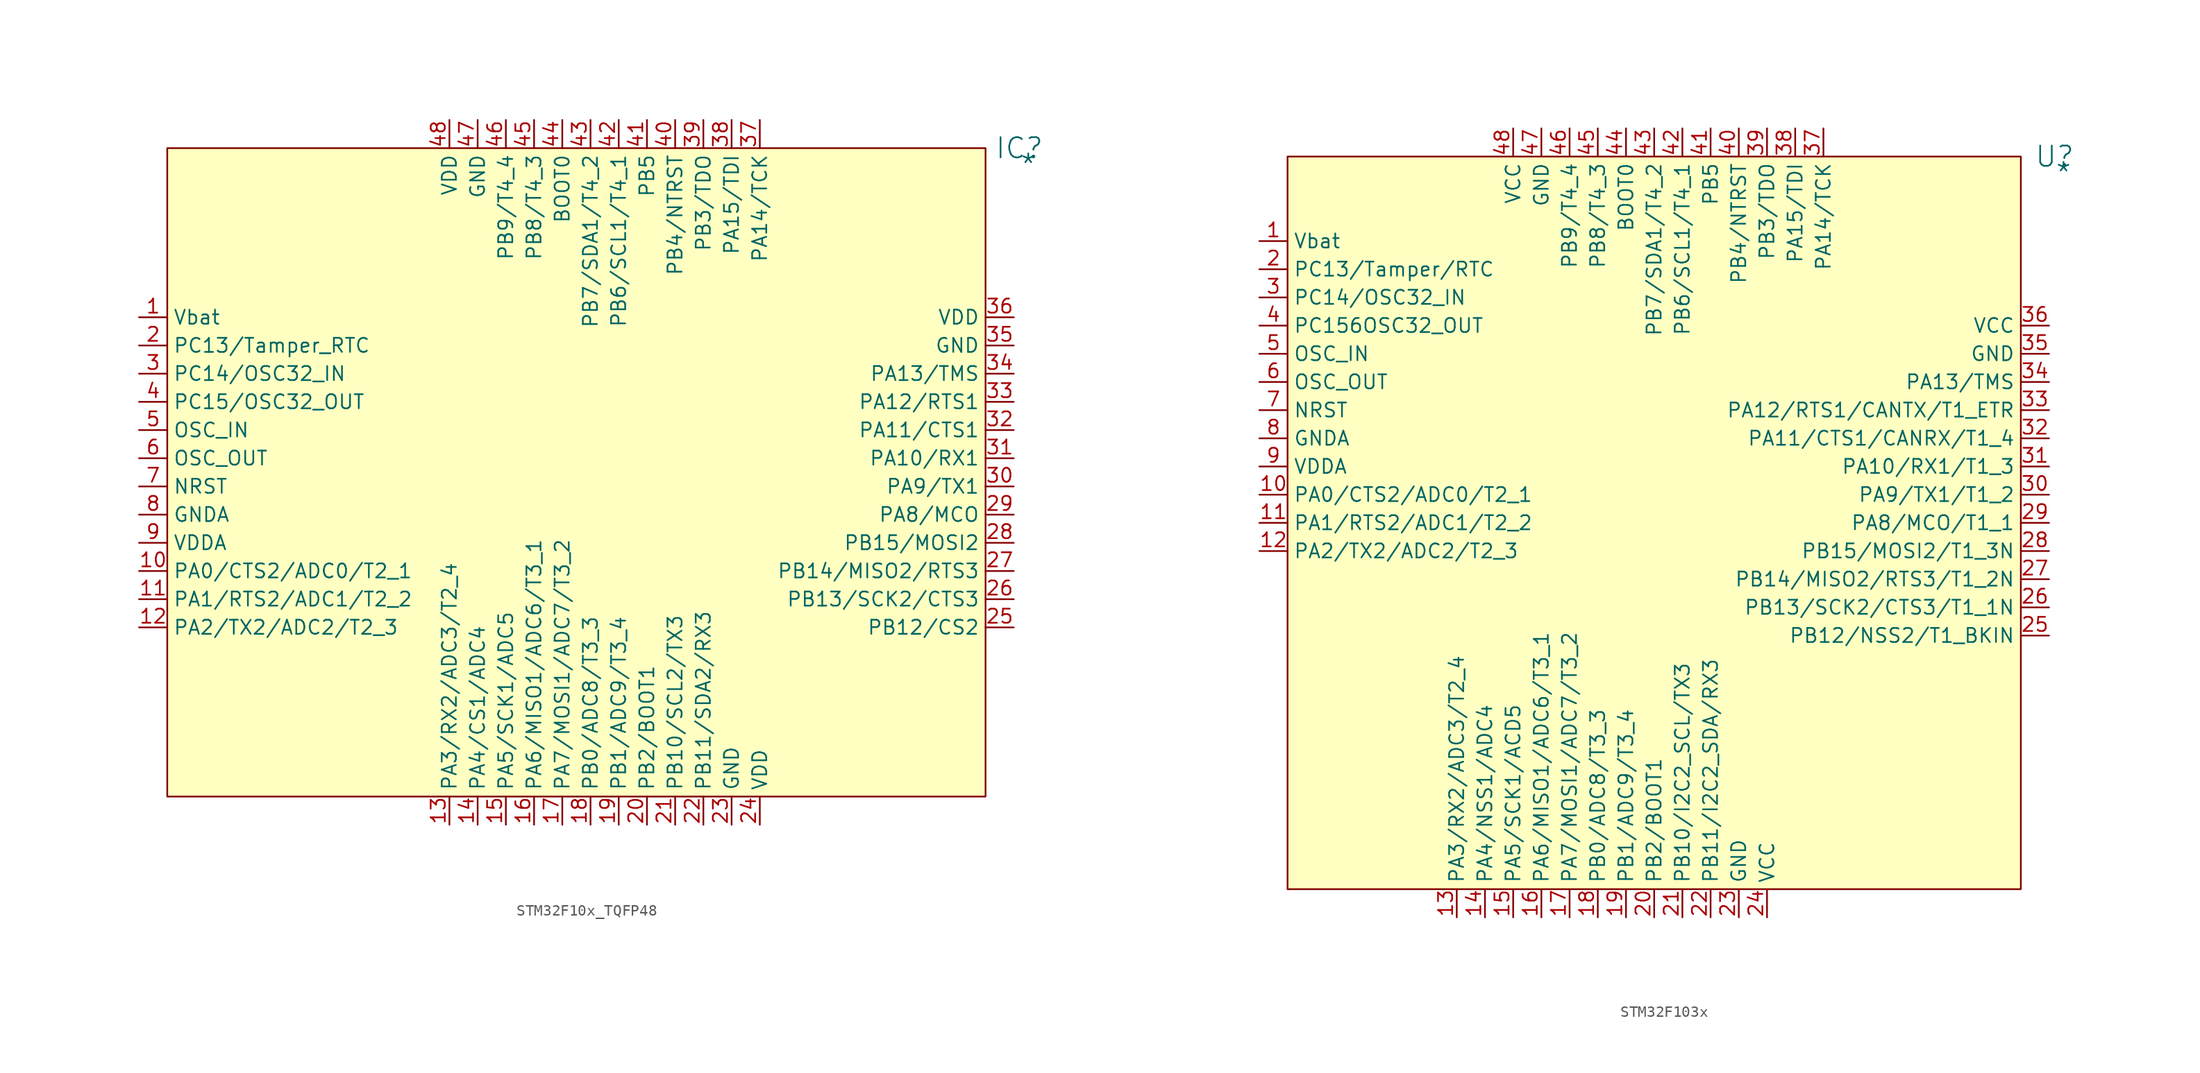
<source format=kicad_sym>
(kicad_symbol_lib
  (version 20241209)
  (generator "kicad_symbol_editor")
  (generator_version "9.0")
  (symbol "STM32F10x_TQFP48"
    (property "Reference" "IC"
      (at 76.708 0 0)
      (effects (font (size 1.829 1.829))))
    (property "Value" "*"
      (at 76.708 -2.54 0)
      (effects (font (size 1.829 1.829)) (justify left bottom)))
    (symbol "STM32F10x_TQFP48_1_0"
      (rectangle (start 73.66 0) (end 0 -58.42) (stroke (width 0) (type solid) (color 128 0 0 1)) (fill (type background)))
      (pin passive line (at -2.54 -15.24 0) (length 2.54) (name "Vbat" (effects (font (size 1.27 1.27)))) (number "1" (effects (font (size 1.27 1.27)))))
      (pin passive line (at -2.54 -17.78 0) (length 2.54) (name "PC13/Tamper_RTC" (effects (font (size 1.27 1.27)))) (number "2" (effects (font (size 1.27 1.27)))))
      (pin passive line (at -2.54 -20.32 0) (length 2.54) (name "PC14/OSC32_IN" (effects (font (size 1.27 1.27)))) (number "3" (effects (font (size 1.27 1.27)))))
      (pin passive line (at -2.54 -22.86 0) (length 2.54) (name "PC15/OSC32_OUT" (effects (font (size 1.27 1.27)))) (number "4" (effects (font (size 1.27 1.27)))))
      (pin passive line (at -2.54 -25.4 0) (length 2.54) (name "OSC_IN" (effects (font (size 1.27 1.27)))) (number "5" (effects (font (size 1.27 1.27)))))
      (pin passive line (at -2.54 -27.94 0) (length 2.54) (name "OSC_OUT" (effects (font (size 1.27 1.27)))) (number "6" (effects (font (size 1.27 1.27)))))
      (pin passive line (at -2.54 -30.48 0) (length 2.54) (name "NRST" (effects (font (size 1.27 1.27)))) (number "7" (effects (font (size 1.27 1.27)))))
      (pin passive line (at -2.54 -33.02 0) (length 2.54) (name "GNDA" (effects (font (size 1.27 1.27)))) (number "8" (effects (font (size 1.27 1.27)))))
      (pin passive line (at -2.54 -35.56 0) (length 2.54) (name "VDDA" (effects (font (size 1.27 1.27)))) (number "9" (effects (font (size 1.27 1.27)))))
      (pin passive line (at -2.54 -38.1 0) (length 2.54) (name "PA0/CTS2/ADC0/T2_1" (effects (font (size 1.27 1.27)))) (number "10" (effects (font (size 1.27 1.27)))))
      (pin passive line (at -2.54 -40.64 0) (length 2.54) (name "PA1/RTS2/ADC1/T2_2" (effects (font (size 1.27 1.27)))) (number "11" (effects (font (size 1.27 1.27)))))
      (pin passive line (at -2.54 -43.18 0) (length 2.54) (name "PA2/TX2/ADC2/T2_3" (effects (font (size 1.27 1.27)))) (number "12" (effects (font (size 1.27 1.27)))))
      (pin passive line (at 25.4 2.54 270) (length 2.54) (name "VDD" (effects (font (size 1.27 1.27)))) (number "48" (effects (font (size 1.27 1.27)))))
      (pin passive line (at 25.4 -60.96 90) (length 2.54) (name "PA3/RX2/ADC3/T2_4" (effects (font (size 1.27 1.27)))) (number "13" (effects (font (size 1.27 1.27)))))
      (pin passive line (at 27.94 2.54 270) (length 2.54) (name "GND" (effects (font (size 1.27 1.27)))) (number "47" (effects (font (size 1.27 1.27)))))
      (pin passive line (at 27.94 -60.96 90) (length 2.54) (name "PA4/CS1/ADC4" (effects (font (size 1.27 1.27)))) (number "14" (effects (font (size 1.27 1.27)))))
      (pin passive line (at 30.48 2.54 270) (length 2.54) (name "PB9/T4_4" (effects (font (size 1.27 1.27)))) (number "46" (effects (font (size 1.27 1.27)))))
      (pin passive line (at 30.48 -60.96 90) (length 2.54) (name "PA5/SCK1/ADC5" (effects (font (size 1.27 1.27)))) (number "15" (effects (font (size 1.27 1.27)))))
      (pin passive line (at 33.02 2.54 270) (length 2.54) (name "PB8/T4_3" (effects (font (size 1.27 1.27)))) (number "45" (effects (font (size 1.27 1.27)))))
      (pin passive line (at 33.02 -60.96 90) (length 2.54) (name "PA6/MISO1/ADC6/T3_1" (effects (font (size 1.27 1.27)))) (number "16" (effects (font (size 1.27 1.27)))))
      (pin passive line (at 35.56 2.54 270) (length 2.54) (name "BOOT0" (effects (font (size 1.27 1.27)))) (number "44" (effects (font (size 1.27 1.27)))))
      (pin passive line (at 35.56 -60.96 90) (length 2.54) (name "PA7/MOSI1/ADC7/T3_2" (effects (font (size 1.27 1.27)))) (number "17" (effects (font (size 1.27 1.27)))))
      (pin passive line (at 38.1 2.54 270) (length 2.54) (name "PB7/SDA1/T4_2" (effects (font (size 1.27 1.27)))) (number "43" (effects (font (size 1.27 1.27)))))
      (pin passive line (at 38.1 -60.96 90) (length 2.54) (name "PB0/ADC8/T3_3" (effects (font (size 1.27 1.27)))) (number "18" (effects (font (size 1.27 1.27)))))
      (pin passive line (at 40.64 2.54 270) (length 2.54) (name "PB6/SCL1/T4_1" (effects (font (size 1.27 1.27)))) (number "42" (effects (font (size 1.27 1.27)))))
      (pin passive line (at 40.64 -60.96 90) (length 2.54) (name "PB1/ADC9/T3_4" (effects (font (size 1.27 1.27)))) (number "19" (effects (font (size 1.27 1.27)))))
      (pin passive line (at 43.18 2.54 270) (length 2.54) (name "PB5" (effects (font (size 1.27 1.27)))) (number "41" (effects (font (size 1.27 1.27)))))
      (pin passive line (at 43.18 -60.96 90) (length 2.54) (name "PB2/BOOT1" (effects (font (size 1.27 1.27)))) (number "20" (effects (font (size 1.27 1.27)))))
      (pin passive line (at 45.72 2.54 270) (length 2.54) (name "PB4/NTRST" (effects (font (size 1.27 1.27)))) (number "40" (effects (font (size 1.27 1.27)))))
      (pin passive line (at 45.72 -60.96 90) (length 2.54) (name "PB10/SCL2/TX3" (effects (font (size 1.27 1.27)))) (number "21" (effects (font (size 1.27 1.27)))))
      (pin passive line (at 48.26 2.54 270) (length 2.54) (name "PB3/TDO" (effects (font (size 1.27 1.27)))) (number "39" (effects (font (size 1.27 1.27)))))
      (pin passive line (at 48.26 -60.96 90) (length 2.54) (name "PB11/SDA2/RX3" (effects (font (size 1.27 1.27)))) (number "22" (effects (font (size 1.27 1.27)))))
      (pin passive line (at 50.8 2.54 270) (length 2.54) (name "PA15/TDI" (effects (font (size 1.27 1.27)))) (number "38" (effects (font (size 1.27 1.27)))))
      (pin passive line (at 50.8 -60.96 90) (length 2.54) (name "GND" (effects (font (size 1.27 1.27)))) (number "23" (effects (font (size 1.27 1.27)))))
      (pin passive line (at 53.34 2.54 270) (length 2.54) (name "PA14/TCK" (effects (font (size 1.27 1.27)))) (number "37" (effects (font (size 1.27 1.27)))))
      (pin passive line (at 53.34 -60.96 90) (length 2.54) (name "VDD" (effects (font (size 1.27 1.27)))) (number "24" (effects (font (size 1.27 1.27)))))
      (pin passive line (at 76.2 -15.24 180) (length 2.54) (name "VDD" (effects (font (size 1.27 1.27)))) (number "36" (effects (font (size 1.27 1.27)))))
      (pin passive line (at 76.2 -17.78 180) (length 2.54) (name "GND" (effects (font (size 1.27 1.27)))) (number "35" (effects (font (size 1.27 1.27)))))
      (pin passive line (at 76.2 -20.32 180) (length 2.54) (name "PA13/TMS" (effects (font (size 1.27 1.27)))) (number "34" (effects (font (size 1.27 1.27)))))
      (pin passive line (at 76.2 -22.86 180) (length 2.54) (name "PA12/RTS1" (effects (font (size 1.27 1.27)))) (number "33" (effects (font (size 1.27 1.27)))))
      (pin passive line (at 76.2 -25.4 180) (length 2.54) (name "PA11/CTS1" (effects (font (size 1.27 1.27)))) (number "32" (effects (font (size 1.27 1.27)))))
      (pin passive line (at 76.2 -27.94 180) (length 2.54) (name "PA10/RX1" (effects (font (size 1.27 1.27)))) (number "31" (effects (font (size 1.27 1.27)))))
      (pin passive line (at 76.2 -30.48 180) (length 2.54) (name "PA9/TX1" (effects (font (size 1.27 1.27)))) (number "30" (effects (font (size 1.27 1.27)))))
      (pin passive line (at 76.2 -33.02 180) (length 2.54) (name "PA8/MCO" (effects (font (size 1.27 1.27)))) (number "29" (effects (font (size 1.27 1.27)))))
      (pin passive line (at 76.2 -35.56 180) (length 2.54) (name "PB15/MOSI2" (effects (font (size 1.27 1.27)))) (number "28" (effects (font (size 1.27 1.27)))))
      (pin passive line (at 76.2 -38.1 180) (length 2.54) (name "PB14/MISO2/RTS3" (effects (font (size 1.27 1.27)))) (number "27" (effects (font (size 1.27 1.27)))))
      (pin passive line (at 76.2 -40.64 180) (length 2.54) (name "PB13/SCK2/CTS3" (effects (font (size 1.27 1.27)))) (number "26" (effects (font (size 1.27 1.27)))))
      (pin passive line (at 76.2 -43.18 180) (length 2.54) (name "PB12/CS2" (effects (font (size 1.27 1.27)))) (number "25" (effects (font (size 1.27 1.27)))))))
  (symbol "STM32F103x"
    (property "Reference" "U"
      (at 69.088 0 0)
      (effects (font (size 1.829 1.829))))
    (property "Value" "*"
      (at 69.088 -2.54 0)
      (effects (font (size 1.829 1.829)) (justify left bottom)))
    (symbol "STM32F103x_1_0"
      (rectangle (start 66.04 0) (end 0 -66.04) (stroke (width 0) (type solid) (color 128 0 0 1)) (fill (type background)))
      (pin passive line (at -2.54 -7.62 0) (length 2.54) (name "Vbat" (effects (font (size 1.27 1.27)))) (number "1" (effects (font (size 1.27 1.27)))))
      (pin passive line (at -2.54 -10.16 0) (length 2.54) (name "PC13/Tamper/RTC" (effects (font (size 1.27 1.27)))) (number "2" (effects (font (size 1.27 1.27)))))
      (pin passive line (at -2.54 -12.7 0) (length 2.54) (name "PC14/OSC32_IN" (effects (font (size 1.27 1.27)))) (number "3" (effects (font (size 1.27 1.27)))))
      (pin passive line (at -2.54 -15.24 0) (length 2.54) (name "PC156OSC32_OUT" (effects (font (size 1.27 1.27)))) (number "4" (effects (font (size 1.27 1.27)))))
      (pin passive line (at -2.54 -17.78 0) (length 2.54) (name "OSC_IN" (effects (font (size 1.27 1.27)))) (number "5" (effects (font (size 1.27 1.27)))))
      (pin passive line (at -2.54 -20.32 0) (length 2.54) (name "OSC_OUT" (effects (font (size 1.27 1.27)))) (number "6" (effects (font (size 1.27 1.27)))))
      (pin passive line (at -2.54 -22.86 0) (length 2.54) (name "NRST" (effects (font (size 1.27 1.27)))) (number "7" (effects (font (size 1.27 1.27)))))
      (pin passive line (at -2.54 -25.4 0) (length 2.54) (name "GNDA" (effects (font (size 1.27 1.27)))) (number "8" (effects (font (size 1.27 1.27)))))
      (pin passive line (at -2.54 -27.94 0) (length 2.54) (name "VDDA" (effects (font (size 1.27 1.27)))) (number "9" (effects (font (size 1.27 1.27)))))
      (pin passive line (at -2.54 -30.48 0) (length 2.54) (name "PA0/CTS2/ADC0/T2_1" (effects (font (size 1.27 1.27)))) (number "10" (effects (font (size 1.27 1.27)))))
      (pin passive line (at -2.54 -33.02 0) (length 2.54) (name "PA1/RTS2/ADC1/T2_2" (effects (font (size 1.27 1.27)))) (number "11" (effects (font (size 1.27 1.27)))))
      (pin passive line (at -2.54 -35.56 0) (length 2.54) (name "PA2/TX2/ADC2/T2_3" (effects (font (size 1.27 1.27)))) (number "12" (effects (font (size 1.27 1.27)))))
      (pin passive line (at 15.24 -68.58 90) (length 2.54) (name "PA3/RX2/ADC3/T2_4" (effects (font (size 1.27 1.27)))) (number "13" (effects (font (size 1.27 1.27)))))
      (pin passive line (at 17.78 -68.58 90) (length 2.54) (name "PA4/NSS1/ADC4" (effects (font (size 1.27 1.27)))) (number "14" (effects (font (size 1.27 1.27)))))
      (pin passive line (at 20.32 2.54 270) (length 2.54) (name "VCC" (effects (font (size 1.27 1.27)))) (number "48" (effects (font (size 1.27 1.27)))))
      (pin passive line (at 20.32 -68.58 90) (length 2.54) (name "PA5/SCK1/ACD5" (effects (font (size 1.27 1.27)))) (number "15" (effects (font (size 1.27 1.27)))))
      (pin passive line (at 22.86 2.54 270) (length 2.54) (name "GND" (effects (font (size 1.27 1.27)))) (number "47" (effects (font (size 1.27 1.27)))))
      (pin passive line (at 22.86 -68.58 90) (length 2.54) (name "PA6/MISO1/ADC6/T3_1" (effects (font (size 1.27 1.27)))) (number "16" (effects (font (size 1.27 1.27)))))
      (pin passive line (at 25.4 2.54 270) (length 2.54) (name "PB9/T4_4" (effects (font (size 1.27 1.27)))) (number "46" (effects (font (size 1.27 1.27)))))
      (pin passive line (at 25.4 -68.58 90) (length 2.54) (name "PA7/MOSI1/ADC7/T3_2" (effects (font (size 1.27 1.27)))) (number "17" (effects (font (size 1.27 1.27)))))
      (pin passive line (at 27.94 2.54 270) (length 2.54) (name "PB8/T4_3" (effects (font (size 1.27 1.27)))) (number "45" (effects (font (size 1.27 1.27)))))
      (pin passive line (at 27.94 -68.58 90) (length 2.54) (name "PB0/ADC8/T3_3" (effects (font (size 1.27 1.27)))) (number "18" (effects (font (size 1.27 1.27)))))
      (pin passive line (at 30.48 2.54 270) (length 2.54) (name "BOOT0" (effects (font (size 1.27 1.27)))) (number "44" (effects (font (size 1.27 1.27)))))
      (pin passive line (at 30.48 -68.58 90) (length 2.54) (name "PB1/ADC9/T3_4" (effects (font (size 1.27 1.27)))) (number "19" (effects (font (size 1.27 1.27)))))
      (pin passive line (at 33.02 2.54 270) (length 2.54) (name "PB7/SDA1/T4_2" (effects (font (size 1.27 1.27)))) (number "43" (effects (font (size 1.27 1.27)))))
      (pin passive line (at 33.02 -68.58 90) (length 2.54) (name "PB2/BOOT1" (effects (font (size 1.27 1.27)))) (number "20" (effects (font (size 1.27 1.27)))))
      (pin passive line (at 35.56 2.54 270) (length 2.54) (name "PB6/SCL1/T4_1" (effects (font (size 1.27 1.27)))) (number "42" (effects (font (size 1.27 1.27)))))
      (pin passive line (at 35.56 -68.58 90) (length 2.54) (name "PB10/I2C2_SCL/TX3" (effects (font (size 1.27 1.27)))) (number "21" (effects (font (size 1.27 1.27)))))
      (pin passive line (at 38.1 2.54 270) (length 2.54) (name "PB5" (effects (font (size 1.27 1.27)))) (number "41" (effects (font (size 1.27 1.27)))))
      (pin passive line (at 38.1 -68.58 90) (length 2.54) (name "PB11/I2C2_SDA/RX3" (effects (font (size 1.27 1.27)))) (number "22" (effects (font (size 1.27 1.27)))))
      (pin passive line (at 40.64 2.54 270) (length 2.54) (name "PB4/NTRST" (effects (font (size 1.27 1.27)))) (number "40" (effects (font (size 1.27 1.27)))))
      (pin passive line (at 40.64 -68.58 90) (length 2.54) (name "GND" (effects (font (size 1.27 1.27)))) (number "23" (effects (font (size 1.27 1.27)))))
      (pin passive line (at 43.18 2.54 270) (length 2.54) (name "PB3/TDO" (effects (font (size 1.27 1.27)))) (number "39" (effects (font (size 1.27 1.27)))))
      (pin passive line (at 43.18 -68.58 90) (length 2.54) (name "VCC" (effects (font (size 1.27 1.27)))) (number "24" (effects (font (size 1.27 1.27)))))
      (pin passive line (at 45.72 2.54 270) (length 2.54) (name "PA15/TDI" (effects (font (size 1.27 1.27)))) (number "38" (effects (font (size 1.27 1.27)))))
      (pin passive line (at 48.26 2.54 270) (length 2.54) (name "PA14/TCK" (effects (font (size 1.27 1.27)))) (number "37" (effects (font (size 1.27 1.27)))))
      (pin passive line (at 68.58 -15.24 180) (length 2.54) (name "VCC" (effects (font (size 1.27 1.27)))) (number "36" (effects (font (size 1.27 1.27)))))
      (pin passive line (at 68.58 -17.78 180) (length 2.54) (name "GND" (effects (font (size 1.27 1.27)))) (number "35" (effects (font (size 1.27 1.27)))))
      (pin passive line (at 68.58 -20.32 180) (length 2.54) (name "PA13/TMS" (effects (font (size 1.27 1.27)))) (number "34" (effects (font (size 1.27 1.27)))))
      (pin passive line (at 68.58 -22.86 180) (length 2.54) (name "PA12/RTS1/CANTX/T1_ETR" (effects (font (size 1.27 1.27)))) (number "33" (effects (font (size 1.27 1.27)))))
      (pin passive line (at 68.58 -25.4 180) (length 2.54) (name "PA11/CTS1/CANRX/T1_4" (effects (font (size 1.27 1.27)))) (number "32" (effects (font (size 1.27 1.27)))))
      (pin passive line (at 68.58 -27.94 180) (length 2.54) (name "PA10/RX1/T1_3" (effects (font (size 1.27 1.27)))) (number "31" (effects (font (size 1.27 1.27)))))
      (pin passive line (at 68.58 -30.48 180) (length 2.54) (name "PA9/TX1/T1_2" (effects (font (size 1.27 1.27)))) (number "30" (effects (font (size 1.27 1.27)))))
      (pin passive line (at 68.58 -33.02 180) (length 2.54) (name "PA8/MCO/T1_1" (effects (font (size 1.27 1.27)))) (number "29" (effects (font (size 1.27 1.27)))))
      (pin passive line (at 68.58 -35.56 180) (length 2.54) (name "PB15/MOSI2/T1_3N" (effects (font (size 1.27 1.27)))) (number "28" (effects (font (size 1.27 1.27)))))
      (pin passive line (at 68.58 -38.1 180) (length 2.54) (name "PB14/MISO2/RTS3/T1_2N" (effects (font (size 1.27 1.27)))) (number "27" (effects (font (size 1.27 1.27)))))
      (pin passive line (at 68.58 -40.64 180) (length 2.54) (name "PB13/SCK2/CTS3/T1_1N" (effects (font (size 1.27 1.27)))) (number "26" (effects (font (size 1.27 1.27)))))
      (pin passive line (at 68.58 -43.18 180) (length 2.54) (name "PB12/NSS2/T1_BKIN" (effects (font (size 1.27 1.27)))) (number "25" (effects (font (size 1.27 1.27))))))))
</source>
